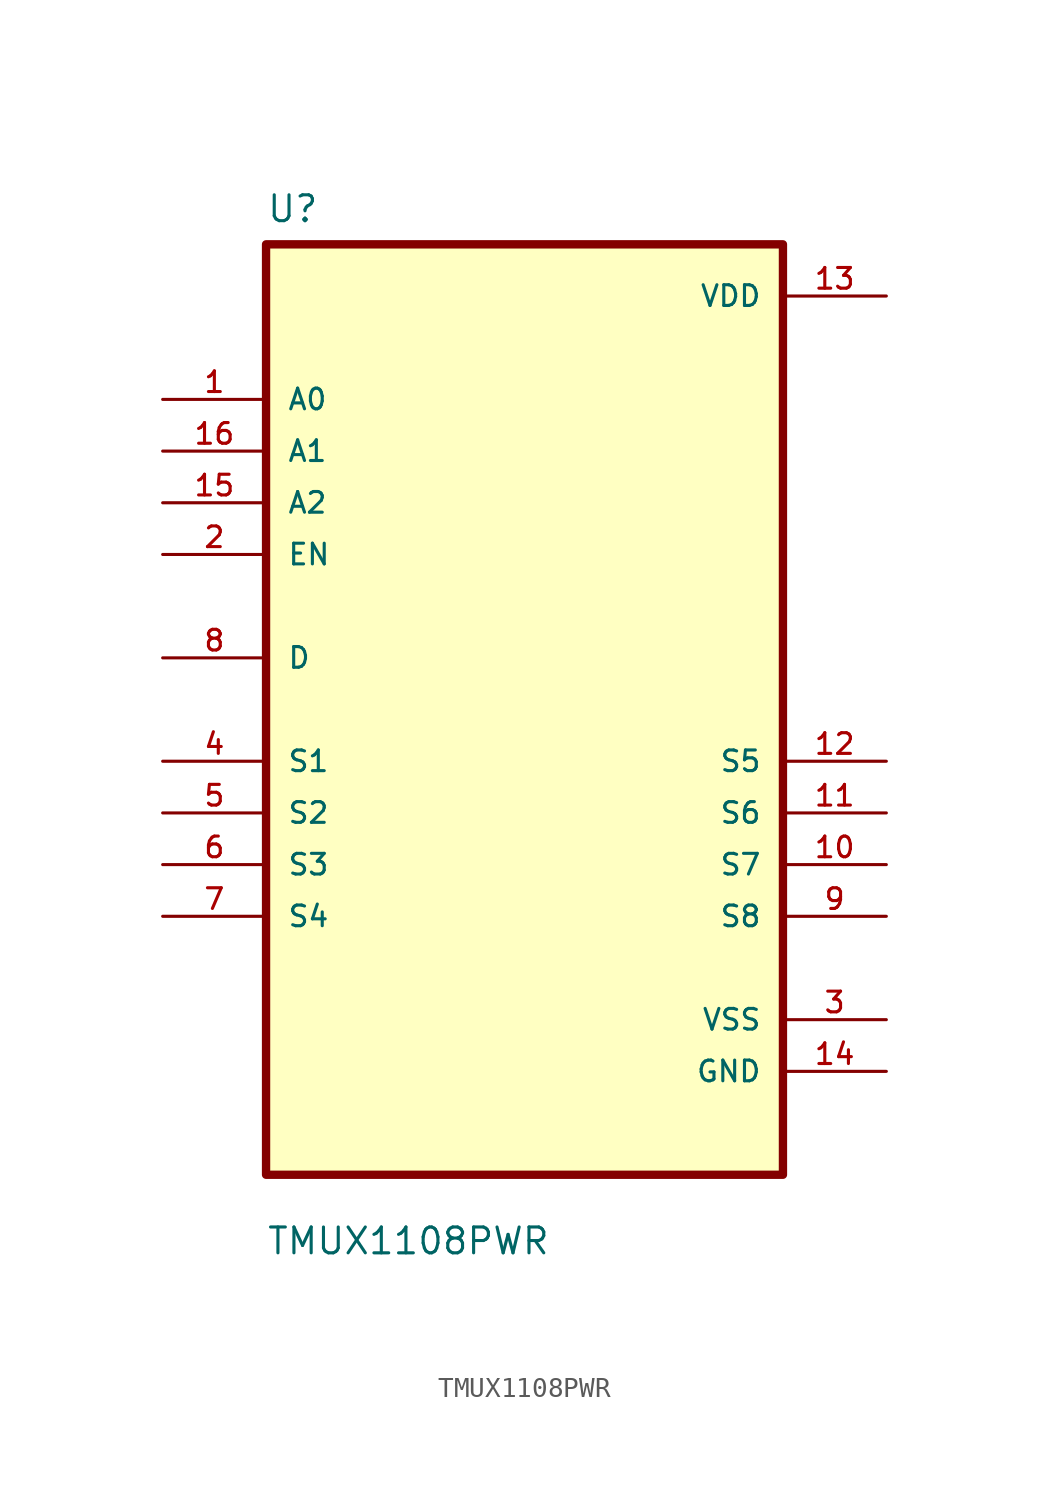
<source format=kicad_sym>
(kicad_symbol_lib
  (version 20211014)
  (generator kicad_symbol_editor)
  (symbol "TMUX1108PWR"
    (pin_names
      (offset 1.016))
    (property "Reference" "U"
      (at -12.7 23.86 0.0)
      (effects (font (size 1.27 1.27)) (justify bottom left)))
    (property "Value" "TMUX1108PWR"
      (at -12.7 -26.86 0.0)
      (effects (font (size 1.27 1.27)) (justify bottom left)))
    (symbol "TMUX1108PWR_0_0"
      (rectangle (start -12.7 -22.86) (end 12.7 22.86) (stroke (width 0.41)) (fill (type background)))
      (pin input line (at -17.78 15.24 0) (length 5.08) (name "A0" (effects (font (size 1.016 1.016)))) (number "1" (effects (font (size 1.016 1.016)))))
      (pin input line (at -17.78 12.7 0) (length 5.08) (name "A1" (effects (font (size 1.016 1.016)))) (number "16" (effects (font (size 1.016 1.016)))))
      (pin input line (at -17.78 10.16 0) (length 5.08) (name "A2" (effects (font (size 1.016 1.016)))) (number "15" (effects (font (size 1.016 1.016)))))
      (pin input line (at -17.78 7.62 0) (length 5.08) (name "EN" (effects (font (size 1.016 1.016)))) (number "2" (effects (font (size 1.016 1.016)))))
      (pin bidirectional line (at -17.78 2.54 0) (length 5.08) (name "D" (effects (font (size 1.016 1.016)))) (number "8" (effects (font (size 1.016 1.016)))))
      (pin bidirectional line (at -17.78 -2.54 0) (length 5.08) (name "S1" (effects (font (size 1.016 1.016)))) (number "4" (effects (font (size 1.016 1.016)))))
      (pin bidirectional line (at -17.78 -5.08 0) (length 5.08) (name "S2" (effects (font (size 1.016 1.016)))) (number "5" (effects (font (size 1.016 1.016)))))
      (pin bidirectional line (at -17.78 -7.62 0) (length 5.08) (name "S3" (effects (font (size 1.016 1.016)))) (number "6" (effects (font (size 1.016 1.016)))))
      (pin bidirectional line (at -17.78 -10.16 0) (length 5.08) (name "S4" (effects (font (size 1.016 1.016)))) (number "7" (effects (font (size 1.016 1.016)))))
      (pin power_in line (at 17.78 20.32 180.0) (length 5.08) (name "VDD" (effects (font (size 1.016 1.016)))) (number "13" (effects (font (size 1.016 1.016)))))
      (pin bidirectional line (at 17.78 -2.54 180.0) (length 5.08) (name "S5" (effects (font (size 1.016 1.016)))) (number "12" (effects (font (size 1.016 1.016)))))
      (pin bidirectional line (at 17.78 -5.08 180.0) (length 5.08) (name "S6" (effects (font (size 1.016 1.016)))) (number "11" (effects (font (size 1.016 1.016)))))
      (pin bidirectional line (at 17.78 -7.62 180.0) (length 5.08) (name "S7" (effects (font (size 1.016 1.016)))) (number "10" (effects (font (size 1.016 1.016)))))
      (pin bidirectional line (at 17.78 -10.16 180.0) (length 5.08) (name "S8" (effects (font (size 1.016 1.016)))) (number "9" (effects (font (size 1.016 1.016)))))
      (pin power_in line (at 17.78 -15.24 180.0) (length 5.08) (name "VSS" (effects (font (size 1.016 1.016)))) (number "3" (effects (font (size 1.016 1.016)))))
      (pin power_in line (at 17.78 -17.78 180.0) (length 5.08) (name "GND" (effects (font (size 1.016 1.016)))) (number "14" (effects (font (size 1.016 1.016))))))))
</source>
